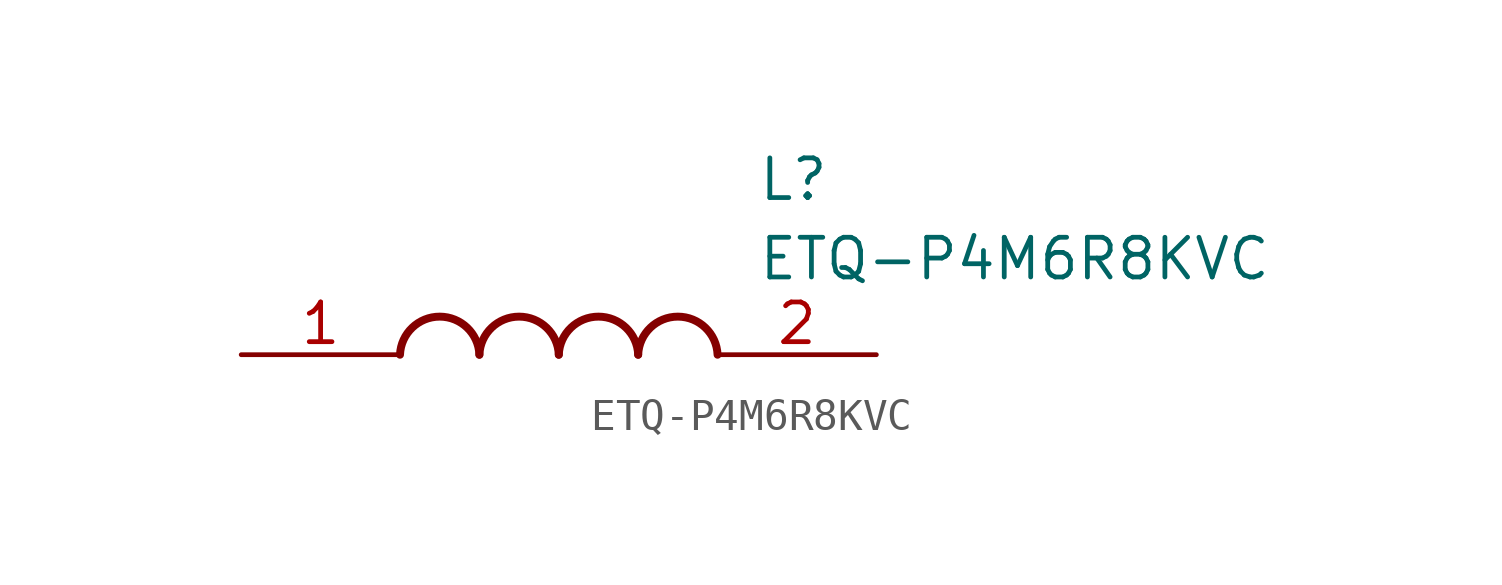
<source format=kicad_sym>
(kicad_symbol_lib
  (version 20211014)
  (generator SamacSys_ECAD_Model)
  (symbol "ETQ-P4M6R8KVC"
    (pin_names hide)
    (property "Reference" "L"
      (at 16.51 6.35 0)
      (effects (font (size 1.27 1.27)) (justify left top)))
    (property "Value" "ETQ-P4M6R8KVC"
      (at 16.51 3.81 0)
      (effects (font (size 1.27 1.27)) (justify left top)))
    (arc
      (start 7.62 0)
      (mid 6.35 1.219)
      (end 5.08 0)
      (stroke (width 0.254) (type default))
      (fill (type none)))
    (arc
      (start 10.16 0)
      (mid 8.89 1.219)
      (end 7.62 0)
      (stroke (width 0.254) (type default))
      (fill (type none)))
    (arc
      (start 12.7 0)
      (mid 11.43 1.219)
      (end 10.16 0)
      (stroke (width 0.254) (type default))
      (fill (type none)))
    (arc
      (start 15.24 0)
      (mid 13.97 1.219)
      (end 12.7 0)
      (stroke (width 0.254) (type default))
      (fill (type none)))
    (pin passive line
      (at 0 0 0)
      (length 5.08)
      (name "1" (effects (font (size 1.27 1.27))))
      (number "1" (effects (font (size 1.27 1.27)))))
    (pin passive line
      (at 20.32 0 180)
      (length 5.08)
      (name "2" (effects (font (size 1.27 1.27))))
      (number "2" (effects (font (size 1.27 1.27)))))))
</source>
